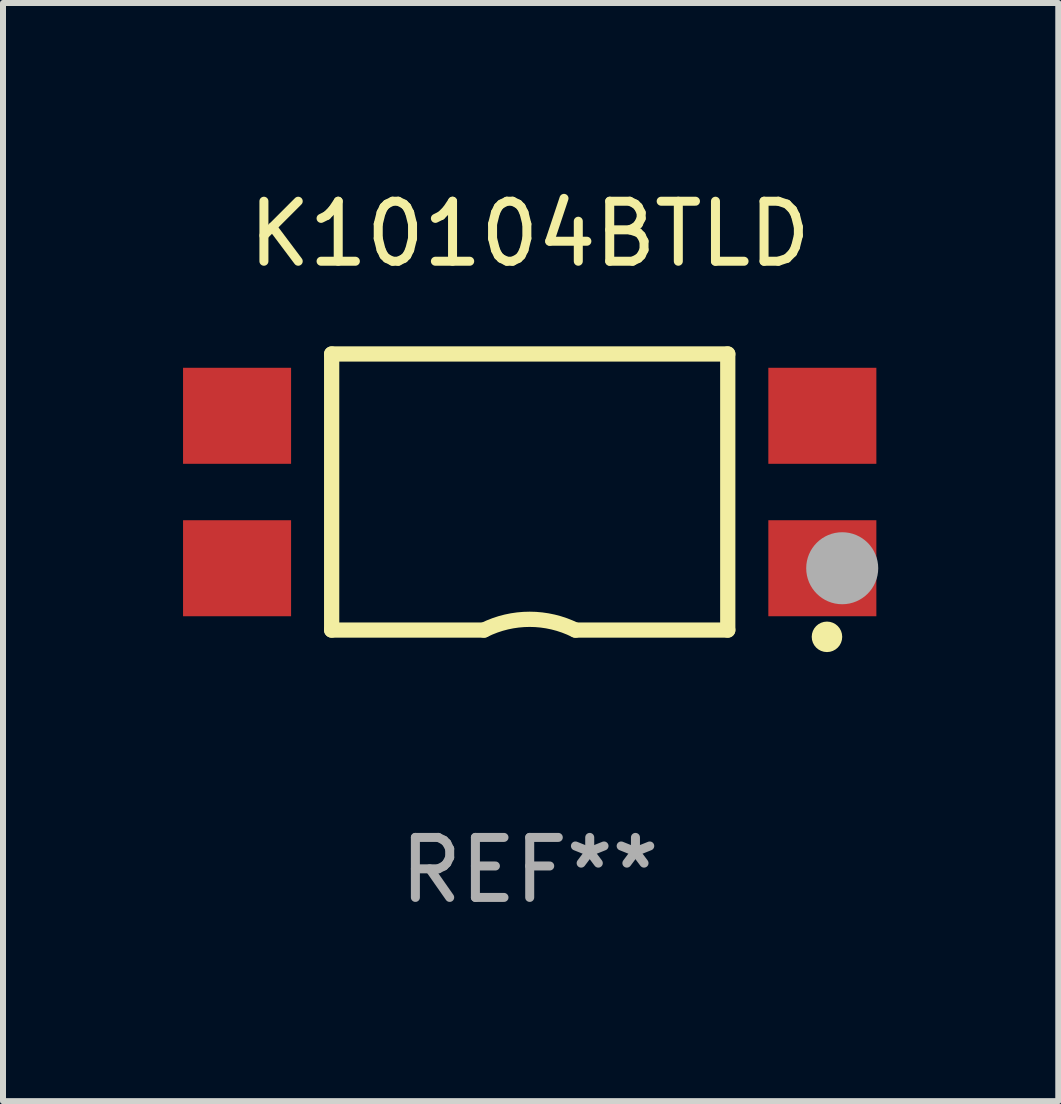
<source format=kicad_pcb>
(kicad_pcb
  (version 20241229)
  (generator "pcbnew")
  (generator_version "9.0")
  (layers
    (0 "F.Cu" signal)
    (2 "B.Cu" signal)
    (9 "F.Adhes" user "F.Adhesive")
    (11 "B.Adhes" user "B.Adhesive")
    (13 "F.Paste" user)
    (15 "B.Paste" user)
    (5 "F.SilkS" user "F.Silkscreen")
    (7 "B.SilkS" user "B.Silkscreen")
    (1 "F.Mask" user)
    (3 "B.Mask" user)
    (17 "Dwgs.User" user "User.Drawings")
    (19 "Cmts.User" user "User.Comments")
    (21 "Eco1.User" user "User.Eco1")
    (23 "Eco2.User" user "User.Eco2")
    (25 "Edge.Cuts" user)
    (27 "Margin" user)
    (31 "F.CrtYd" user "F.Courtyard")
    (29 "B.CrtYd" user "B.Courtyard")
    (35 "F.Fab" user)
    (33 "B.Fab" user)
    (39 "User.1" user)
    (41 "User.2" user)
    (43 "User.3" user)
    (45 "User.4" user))
  (footprint "K10104BTLD"
    (layer "F.Cu")
    (at 5.776 5.148)
    (property "Reference" "K10104BTLD" (at 0 -4.3 0) (layer "F.SilkS") (effects (font (size 1 1) (thickness 0.15))))
    (attr through_hole)
    (fp_line (start -3.3 -2.3) (end 3.3 -2.3) (stroke (width 0.254) (type solid)) (layer "F.SilkS"))
    (fp_line (start -3.3 2.3) (end -3.3 -2.3) (stroke (width 0.254) (type solid)) (layer "F.SilkS"))
    (fp_line (start -3.3 2.3) (end -0.762 2.3) (stroke (width 0.254) (type solid)) (layer "F.SilkS"))
    (fp_line (start 3.3 -2.3) (end 3.3 2.3) (stroke (width 0.254) (type solid)) (layer "F.SilkS"))
    (fp_line (start 3.3 2.3) (end 0.762 2.3) (stroke (width 0.254) (type solid)) (layer "F.SilkS"))
    (fp_arc (start -0.761976 2.300025) (mid 0.000169 2.120943) (end 0.762027 2.301244) (stroke (width 0.254001) (type solid)) (layer "F.SilkS"))
    (fp_circle (center 4.953 2.413) (end 5.08 2.413) (stroke (width 0.254) (type solid)) (fill no) (layer "F.SilkS"))
    (fp_circle (center 5 2.3) (end 5.03 2.3) (stroke (width 0.06) (type solid)) (fill no) (layer "F.SilkS"))
    (fp_arc (start 5.334138 1.270104) (mid 5.461138 1.240123) (end 5.588139 1.270104) (stroke (width 0.254001) (type solid)) (layer "F.Fab"))
    (fp_circle (center 5.207 1.27) (end 5.507 1.27) (stroke (width 0.6) (type solid)) (fill no) (layer "F.Fab"))
    (fp_text user "REF**" (at 0 6.3 0) (layer "F.Fab") (effects (font (size 1 1) (thickness 0.15))))
    (pad "1" smd rect (at 4.876 1.27) (size 1.8 1.6) (layers "F.Cu" "F.Mask" "F.Paste"))
    (pad "2" smd rect (at 4.876 -1.27) (size 1.8 1.6) (layers "F.Cu" "F.Mask" "F.Paste"))
    (pad "3" smd rect (at -4.876 -1.27) (size 1.8 1.6) (layers "F.Cu" "F.Mask" "F.Paste"))
    (pad "4" smd rect (at -4.876 1.27) (size 1.8 1.6) (layers "F.Cu" "F.Mask" "F.Paste")))
  (gr_rect
    (start -3 -3)
    (end 14.583 15.297)
    (stroke (width 0.1) (type default))
    (fill no)
    (layer "Edge.Cuts")))
</source>
